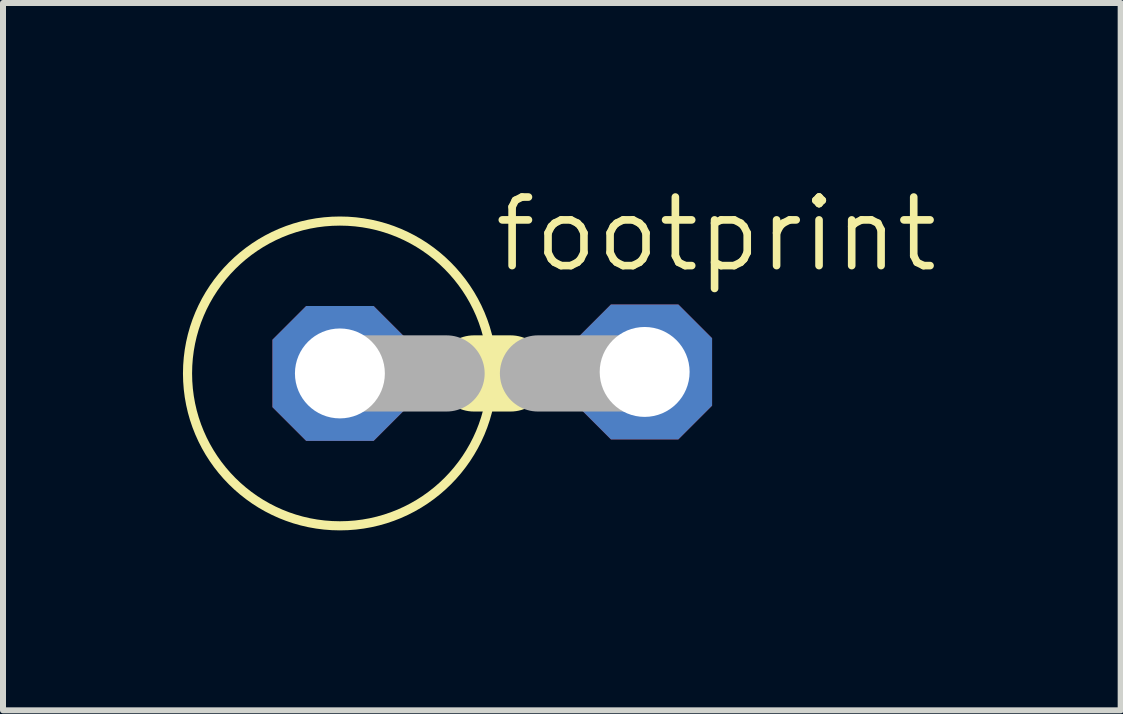
<source format=kicad_pcb>
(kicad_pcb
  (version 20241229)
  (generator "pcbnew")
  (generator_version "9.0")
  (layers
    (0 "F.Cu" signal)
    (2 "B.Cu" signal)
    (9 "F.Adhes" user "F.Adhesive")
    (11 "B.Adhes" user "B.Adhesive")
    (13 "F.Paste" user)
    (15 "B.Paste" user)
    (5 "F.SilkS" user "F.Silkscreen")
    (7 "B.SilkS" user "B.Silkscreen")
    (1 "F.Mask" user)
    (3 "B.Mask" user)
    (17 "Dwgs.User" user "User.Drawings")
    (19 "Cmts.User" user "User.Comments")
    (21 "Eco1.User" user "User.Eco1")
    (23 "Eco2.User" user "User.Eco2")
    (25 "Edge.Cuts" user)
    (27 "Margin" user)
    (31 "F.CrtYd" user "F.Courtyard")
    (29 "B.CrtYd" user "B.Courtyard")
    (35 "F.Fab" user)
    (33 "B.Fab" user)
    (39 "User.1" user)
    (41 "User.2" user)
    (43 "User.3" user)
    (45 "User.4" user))
  (footprint "footprint"
    (layer "F.Cu")
    (at 5.156 3.175)
    (property "Reference" "footprint" (at -0.025 -1.651 0) (layer "F.SilkS") (effects (font (size 1.143 1.143) (thickness 0.127)) (justify left bottom)))
    (fp_line (start 0.305 0) (end -0.305 0) (stroke (width 1.27) (type solid)) (layer "F.SilkS"))
    (fp_circle (center -2.54 0) (end 0 0) (stroke (width 0.152) (type solid)) (fill no) (layer "F.SilkS"))
    (fp_line (start -2.54 0) (end -0.762 0) (stroke (width 1.27) (type solid)) (layer "F.Fab"))
    (fp_line (start 2.54 0) (end 0.762 0) (stroke (width 1.27) (type solid)) (layer "F.Fab"))
    (pad "A" thru_hole roundrect (at 2.54 -0.025) (size 2.248 2.248) (drill 1.499) (layers "*.Cu" "*.Mask") (roundrect_rratio 0.25) (chamfer_ratio 0.25) (chamfer top_left top_right bottom_left bottom_right))
    (pad "C" thru_hole roundrect (at -2.54 0) (size 2.248 2.248) (drill 1.499) (layers "*.Cu" "*.Mask") (roundrect_rratio 0.25) (chamfer_ratio 0.25) (chamfer top_left top_right bottom_left bottom_right)))
  (gr_rect
    (start -3 -3)
    (end 15.631 8.791)
    (stroke (width 0.1) (type default))
    (fill no)
    (layer "Edge.Cuts")))
</source>
